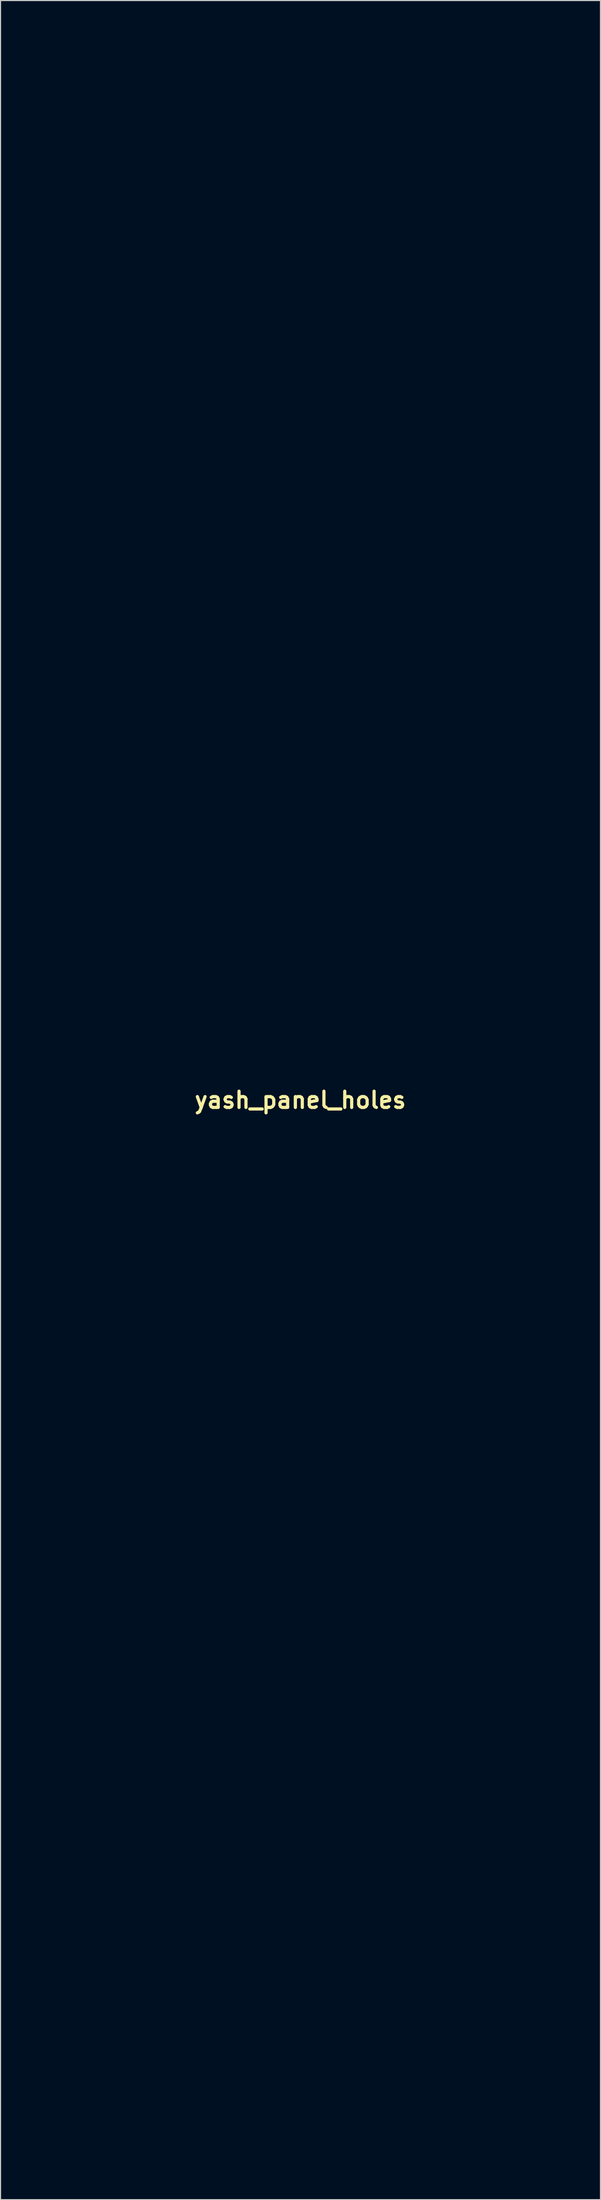
<source format=kicad_pcb>
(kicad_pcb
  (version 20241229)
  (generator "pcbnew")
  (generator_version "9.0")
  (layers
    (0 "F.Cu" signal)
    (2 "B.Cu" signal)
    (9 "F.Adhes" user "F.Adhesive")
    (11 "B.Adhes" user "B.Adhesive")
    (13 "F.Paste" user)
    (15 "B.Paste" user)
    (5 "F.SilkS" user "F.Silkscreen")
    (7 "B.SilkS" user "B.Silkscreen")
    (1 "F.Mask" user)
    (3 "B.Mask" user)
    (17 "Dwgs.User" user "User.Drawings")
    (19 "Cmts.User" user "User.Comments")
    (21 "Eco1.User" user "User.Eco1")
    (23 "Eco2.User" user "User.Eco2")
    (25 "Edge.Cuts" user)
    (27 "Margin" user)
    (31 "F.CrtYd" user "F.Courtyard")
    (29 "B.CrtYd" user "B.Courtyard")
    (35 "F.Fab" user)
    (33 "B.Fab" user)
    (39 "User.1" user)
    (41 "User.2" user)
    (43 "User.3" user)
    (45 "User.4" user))
  (footprint "yash_panel_holes"
    (layer "F.Cu")
    (at 25.196 100.277)
    (property "Reference" "yash_panel_holes" (at 0 0 0) (layer "F.SilkS") (effects (font (size 1.524 1.524) (thickness 0.3))))
    (attr board_only exclude_from_pos_files exclude_from_bom)
    (fp_poly (pts (xy -20.377 95.492) (xy -20.111 95.494) (xy -19.855 95.496) (xy -19.615 95.5) (xy -19.397 95.504) (xy -19.205 95.51) (xy -19.045 95.516) (xy -18.923 95.524) (xy -18.844 95.533) (xy -18.828 95.536) (xy -18.563 95.629) (xy -18.321 95.765) (xy -18.105 95.939) (xy -17.922 96.146) (xy -17.775 96.381) (xy -17.67 96.639) (xy -17.653 96.7) (xy -17.618 96.903) (xy -17.611 97.127) (xy -17.631 97.354) (xy -17.677 97.561) (xy -17.681 97.576) (xy -17.791 97.836) (xy -17.942 98.069) (xy -18.128 98.271) (xy -18.347 98.439) (xy -18.593 98.567) (xy -18.863 98.654) (xy -18.97 98.675) (xy -19.027 98.68) (xy -19.129 98.684) (xy -19.27 98.688) (xy -19.445 98.691) (xy -19.649 98.694) (xy -19.874 98.696) (xy -20.116 98.697) (xy -20.37 98.698) (xy -20.628 98.698) (xy -20.887 98.698) (xy -21.139 98.697) (xy -21.38 98.696) (xy -21.603 98.693) (xy -21.803 98.691) (xy -21.975 98.687) (xy -22.112 98.684) (xy -22.209 98.679) (xy -22.258 98.675) (xy -22.528 98.605) (xy -22.78 98.492) (xy -23.007 98.34) (xy -23.204 98.153) (xy -23.366 97.936) (xy -23.434 97.812) (xy -23.514 97.631) (xy -23.566 97.469) (xy -23.595 97.306) (xy -23.606 97.122) (xy -23.606 97.074) (xy -23.581 96.802) (xy -23.51 96.542) (xy -23.397 96.299) (xy -23.246 96.079) (xy -23.062 95.886) (xy -22.848 95.727) (xy -22.609 95.605) (xy -22.386 95.535) (xy -22.321 95.526) (xy -22.211 95.518) (xy -22.062 95.511) (xy -21.879 95.506) (xy -21.667 95.501) (xy -21.433 95.497) (xy -21.181 95.494) (xy -20.918 95.493) (xy -20.648 95.492)) (stroke (width 0.1) (type solid)) (fill no) (layer "Eco1.User"))
    (fp_poly (pts (xy 0.221 67.611) (xy 0.431 67.633) (xy 0.482 67.643) (xy 0.823 67.736) (xy 1.141 67.872) (xy 1.434 68.046) (xy 1.697 68.255) (xy 1.929 68.495) (xy 2.126 68.763) (xy 2.286 69.054) (xy 2.405 69.366) (xy 2.482 69.695) (xy 2.513 70.036) (xy 2.509 70.236) (xy 2.464 70.594) (xy 2.372 70.93) (xy 2.235 71.246) (xy 2.05 71.543) (xy 1.818 71.822) (xy 1.811 71.831) (xy 1.547 72.072) (xy 1.26 72.269) (xy 0.95 72.42) (xy 0.616 72.526) (xy 0.26 72.587) (xy 0.24 72.589) (xy 0.132 72.599) (xy 0.045 72.607) (xy -0.011 72.611) (xy -0.025 72.611) (xy -0.055 72.607) (xy -0.122 72.6) (xy -0.215 72.591) (xy -0.247 72.588) (xy -0.585 72.53) (xy -0.912 72.424) (xy -1.222 72.273) (xy -1.51 72.08) (xy -1.77 71.847) (xy -1.782 71.834) (xy -1.916 71.689) (xy -2.021 71.559) (xy -2.109 71.427) (xy -2.192 71.279) (xy -2.252 71.156) (xy -2.379 70.832) (xy -2.457 70.503) (xy -2.487 70.2) (xy -0.992 70.2) (xy -0.127 70.2) (xy -0.127 71.089) (xy 0.153 71.089) (xy 0.153 70.2) (xy 1.017 70.2) (xy 1.017 69.945) (xy 0.153 69.945) (xy 0.153 69.106) (xy -0.127 69.106) (xy -0.127 69.945) (xy -0.992 69.945) (xy -0.992 70.2) (xy -2.487 70.2) (xy -2.49 70.173) (xy -2.477 69.846) (xy -2.422 69.526) (xy -2.326 69.216) (xy -2.191 68.922) (xy -2.019 68.646) (xy -1.81 68.393) (xy -1.569 68.167) (xy -1.295 67.972) (xy -0.991 67.811) (xy -0.674 67.694) (xy -0.478 67.649) (xy -0.251 67.62) (xy -0.012 67.607)) (stroke (width 0.1) (type solid)) (fill no) (layer "Eco1.User"))
    (fp_poly (pts (xy 21.003 95.497) (xy 21.336 95.498) (xy 21.62 95.5) (xy 21.858 95.503) (xy 22.05 95.507) (xy 22.198 95.512) (xy 22.303 95.517) (xy 22.367 95.524) (xy 22.376 95.525) (xy 22.627 95.603) (xy 22.865 95.726) (xy 23.084 95.888) (xy 23.275 96.084) (xy 23.402 96.261) (xy 23.526 96.507) (xy 23.602 96.771) (xy 23.63 97.051) (xy 23.63 97.062) (xy 23.625 97.255) (xy 23.603 97.42) (xy 23.56 97.577) (xy 23.49 97.747) (xy 23.46 97.812) (xy 23.322 98.039) (xy 23.143 98.242) (xy 22.929 98.415) (xy 22.686 98.554) (xy 22.451 98.644) (xy 22.417 98.652) (xy 22.376 98.66) (xy 22.323 98.666) (xy 22.255 98.672) (xy 22.167 98.676) (xy 22.056 98.68) (xy 21.918 98.683) (xy 21.748 98.685) (xy 21.542 98.687) (xy 21.297 98.689) (xy 21.009 98.69) (xy 20.709 98.691) (xy 20.424 98.692) (xy 20.151 98.692) (xy 19.895 98.691) (xy 19.66 98.69) (xy 19.452 98.688) (xy 19.275 98.685) (xy 19.133 98.682) (xy 19.033 98.678) (xy 18.977 98.674) (xy 18.974 98.674) (xy 18.703 98.602) (xy 18.451 98.487) (xy 18.224 98.331) (xy 18.026 98.139) (xy 17.863 97.916) (xy 17.739 97.666) (xy 17.707 97.576) (xy 17.659 97.37) (xy 17.637 97.144) (xy 17.642 96.919) (xy 17.675 96.714) (xy 17.678 96.7) (xy 17.772 96.439) (xy 17.909 96.198) (xy 18.084 95.984) (xy 18.291 95.803) (xy 18.522 95.662) (xy 18.588 95.63) (xy 18.647 95.602) (xy 18.705 95.579) (xy 18.764 95.559) (xy 18.83 95.543) (xy 18.906 95.53) (xy 18.997 95.519) (xy 19.107 95.511) (xy 19.24 95.506) (xy 19.4 95.502) (xy 19.592 95.499) (xy 19.819 95.498) (xy 20.086 95.497) (xy 20.397 95.497) (xy 20.621 95.497)) (stroke (width 0.1) (type solid)) (fill no) (layer "Eco1.User"))
    (fp_poly (pts (xy 0.025 -63.548) (xy 0.304 -63.541) (xy 0.55 -63.518) (xy 0.781 -63.476) (xy 1.014 -63.414) (xy 1.187 -63.357) (xy 1.566 -63.197) (xy 1.921 -62.994) (xy 2.248 -62.752) (xy 2.544 -62.473) (xy 2.807 -62.161) (xy 3.035 -61.82) (xy 3.223 -61.451) (xy 3.37 -61.059) (xy 3.446 -60.777) (xy 3.469 -60.639) (xy 3.486 -60.465) (xy 3.498 -60.267) (xy 3.503 -60.061) (xy 3.501 -59.86) (xy 3.492 -59.678) (xy 3.475 -59.529) (xy 3.474 -59.521) (xy 3.381 -59.107) (xy 3.243 -58.713) (xy 3.063 -58.341) (xy 2.842 -57.996) (xy 2.583 -57.68) (xy 2.289 -57.396) (xy 1.962 -57.147) (xy 1.604 -56.936) (xy 1.343 -56.816) (xy 1.028 -56.705) (xy 0.691 -56.623) (xy 0.346 -56.57) (xy 0.008 -56.551) (xy -0.28 -56.563) (xy -0.704 -56.629) (xy -1.11 -56.742) (xy -1.496 -56.898) (xy -1.858 -57.097) (xy -2.193 -57.337) (xy -2.498 -57.615) (xy -2.771 -57.931) (xy -2.892 -58.1) (xy -3.083 -58.416) (xy -3.236 -58.745) (xy -3.357 -59.101) (xy -3.398 -59.252) (xy -3.438 -59.461) (xy -3.466 -59.703) (xy -3.478 -59.928) (xy -2.492 -59.928) (xy -0.127 -59.928) (xy -0.127 -57.563) (xy 0.153 -57.563) (xy 0.153 -59.928) (xy 2.517 -59.928) (xy 2.517 -60.182) (xy 0.153 -60.182) (xy 0.153 -62.547) (xy -0.127 -62.547) (xy -0.127 -60.182) (xy -2.492 -60.182) (xy -2.492 -59.928) (xy -3.478 -59.928) (xy -3.48 -59.961) (xy -3.481 -60.219) (xy -3.466 -60.461) (xy -3.446 -60.617) (xy -3.353 -61.021) (xy -3.216 -61.408) (xy -3.035 -61.774) (xy -2.816 -62.115) (xy -2.56 -62.428) (xy -2.27 -62.709) (xy -1.95 -62.956) (xy -1.602 -63.165) (xy -1.229 -63.332) (xy -1.052 -63.394) (xy -0.838 -63.456) (xy -0.64 -63.5) (xy -0.443 -63.529) (xy -0.229 -63.544) (xy 0.017 -63.548)) (stroke (width 0.1) (type solid)) (fill no) (layer "Eco1.User"))
    (fp_poly (pts (xy 0.264 21.54) (xy 0.675 21.608) (xy 0.742 21.623) (xy 1.131 21.745) (xy 1.503 21.912) (xy 1.854 22.121) (xy 2.179 22.369) (xy 2.474 22.652) (xy 2.734 22.967) (xy 2.956 23.31) (xy 3.034 23.457) (xy 3.12 23.649) (xy 3.204 23.871) (xy 3.277 24.103) (xy 3.335 24.322) (xy 3.345 24.37) (xy 3.37 24.537) (xy 3.386 24.739) (xy 3.394 24.96) (xy 3.392 25.185) (xy 3.381 25.398) (xy 3.361 25.584) (xy 3.348 25.661) (xy 3.24 26.076) (xy 3.089 26.469) (xy 2.895 26.837) (xy 2.662 27.176) (xy 2.392 27.485) (xy 2.086 27.76) (xy 1.747 27.999) (xy 1.411 28.183) (xy 1.112 28.312) (xy 0.82 28.406) (xy 0.521 28.469) (xy 0.2 28.505) (xy 0 28.514) (xy -0.151 28.516) (xy -0.298 28.515) (xy -0.427 28.512) (xy -0.523 28.505) (xy -0.548 28.503) (xy -0.966 28.418) (xy -1.365 28.289) (xy -1.742 28.115) (xy -2.094 27.901) (xy -2.417 27.648) (xy -2.709 27.358) (xy -2.966 27.033) (xy -3.187 26.675) (xy -3.235 26.582) (xy -3.398 26.202) (xy -3.513 25.808) (xy -3.581 25.407) (xy -3.595 25.146) (xy -2.593 25.146) (xy -0.229 25.146) (xy -0.229 27.536) (xy 0.025 27.536) (xy 0.032 26.347) (xy 0.038 25.158) (xy 1.214 25.152) (xy 2.39 25.145) (xy 2.39 24.891) (xy 0.025 24.891) (xy 0.025 22.527) (xy -0.229 22.527) (xy -0.229 24.891) (xy -2.593 24.891) (xy -2.593 25.146) (xy -3.595 25.146) (xy -3.603 25.001) (xy -3.577 24.596) (xy -3.505 24.197) (xy -3.386 23.807) (xy -3.221 23.433) (xy -3.15 23.302) (xy -2.92 22.95) (xy -2.656 22.633) (xy -2.361 22.352) (xy -2.039 22.109) (xy -1.693 21.906) (xy -1.327 21.744) (xy -0.945 21.625) (xy -0.55 21.55) (xy -0.146 21.521)) (stroke (width 0.1) (type solid)) (fill no) (layer "Eco1.User"))
    (fp_poly (pts (xy 20.367 -98.697) (xy 20.707 -98.695) (xy 20.749 -98.695) (xy 21.08 -98.693) (xy 21.365 -98.691) (xy 21.608 -98.689) (xy 21.812 -98.686) (xy 21.984 -98.682) (xy 22.126 -98.677) (xy 22.243 -98.669) (xy 22.34 -98.66) (xy 22.421 -98.647) (xy 22.49 -98.631) (xy 22.552 -98.612) (xy 22.61 -98.589) (xy 22.67 -98.562) (xy 22.736 -98.529) (xy 22.781 -98.507) (xy 22.982 -98.383) (xy 23.169 -98.218) (xy 23.332 -98.025) (xy 23.458 -97.815) (xy 23.46 -97.812) (xy 23.539 -97.633) (xy 23.591 -97.473) (xy 23.62 -97.313) (xy 23.63 -97.131) (xy 23.63 -97.062) (xy 23.604 -96.779) (xy 23.531 -96.515) (xy 23.41 -96.271) (xy 23.243 -96.045) (xy 23.051 -95.857) (xy 22.922 -95.764) (xy 22.764 -95.675) (xy 22.594 -95.597) (xy 22.433 -95.541) (xy 22.362 -95.524) (xy 22.309 -95.519) (xy 22.21 -95.514) (xy 22.072 -95.509) (xy 21.9 -95.505) (xy 21.7 -95.501) (xy 21.477 -95.497) (xy 21.236 -95.494) (xy 20.984 -95.492) (xy 20.726 -95.49) (xy 20.468 -95.488) (xy 20.215 -95.488) (xy 19.972 -95.488) (xy 19.746 -95.488) (xy 19.543 -95.49) (xy 19.366 -95.492) (xy 19.224 -95.495) (xy 19.12 -95.499) (xy 19.078 -95.501) (xy 18.81 -95.55) (xy 18.557 -95.644) (xy 18.324 -95.78) (xy 18.116 -95.952) (xy 17.938 -96.157) (xy 17.796 -96.39) (xy 17.693 -96.647) (xy 17.678 -96.7) (xy 17.644 -96.903) (xy 17.637 -97.127) (xy 17.656 -97.354) (xy 17.702 -97.561) (xy 17.707 -97.576) (xy 17.814 -97.828) (xy 17.962 -98.059) (xy 18.145 -98.262) (xy 18.359 -98.431) (xy 18.595 -98.561) (xy 18.693 -98.6) (xy 18.756 -98.62) (xy 18.818 -98.638) (xy 18.884 -98.653) (xy 18.959 -98.666) (xy 19.047 -98.676) (xy 19.151 -98.684) (xy 19.277 -98.69) (xy 19.428 -98.694) (xy 19.608 -98.697) (xy 19.822 -98.698) (xy 20.074 -98.698)) (stroke (width 0.1) (type solid)) (fill no) (layer "Eco1.User"))
    (fp_poly (pts (xy -19.605 -98.697) (xy -19.421 -98.694) (xy -19.267 -98.69) (xy -19.139 -98.685) (xy -19.032 -98.677) (xy -18.943 -98.667) (xy -18.867 -98.655) (xy -18.8 -98.64) (xy -18.737 -98.622) (xy -18.675 -98.602) (xy -18.668 -98.6) (xy -18.424 -98.487) (xy -18.2 -98.333) (xy -18.004 -98.142) (xy -17.842 -97.921) (xy -17.718 -97.677) (xy -17.681 -97.576) (xy -17.633 -97.366) (xy -17.611 -97.136) (xy -17.618 -96.906) (xy -17.654 -96.697) (xy -17.654 -96.696) (xy -17.738 -96.465) (xy -17.862 -96.242) (xy -18.018 -96.036) (xy -18.2 -95.857) (xy -18.398 -95.714) (xy -18.484 -95.667) (xy -18.555 -95.633) (xy -18.618 -95.604) (xy -18.68 -95.579) (xy -18.743 -95.559) (xy -18.813 -95.542) (xy -18.894 -95.528) (xy -18.99 -95.518) (xy -19.106 -95.509) (xy -19.246 -95.503) (xy -19.415 -95.499) (xy -19.617 -95.496) (xy -19.856 -95.494) (xy -20.136 -95.492) (xy -20.463 -95.491) (xy -20.483 -95.491) (xy -20.758 -95.49) (xy -21.019 -95.489) (xy -21.263 -95.489) (xy -21.485 -95.489) (xy -21.679 -95.489) (xy -21.84 -95.489) (xy -21.965 -95.49) (xy -22.048 -95.491) (xy -22.082 -95.492) (xy -22.37 -95.533) (xy -22.638 -95.622) (xy -22.885 -95.756) (xy -23.111 -95.938) (xy -23.161 -95.986) (xy -23.34 -96.204) (xy -23.474 -96.443) (xy -23.562 -96.703) (xy -23.602 -96.98) (xy -23.605 -97.062) (xy -23.6 -97.255) (xy -23.578 -97.42) (xy -23.534 -97.577) (xy -23.465 -97.747) (xy -23.434 -97.812) (xy -23.296 -98.039) (xy -23.118 -98.242) (xy -22.904 -98.415) (xy -22.661 -98.553) (xy -22.425 -98.644) (xy -22.391 -98.653) (xy -22.349 -98.66) (xy -22.294 -98.667) (xy -22.224 -98.672) (xy -22.133 -98.677) (xy -22.018 -98.681) (xy -21.875 -98.684) (xy -21.7 -98.687) (xy -21.488 -98.689) (xy -21.236 -98.692) (xy -20.94 -98.694) (xy -20.724 -98.695) (xy -20.378 -98.697) (xy -20.08 -98.698) (xy -19.823 -98.698)) (stroke (width 0.1) (type solid)) (fill no) (layer "Eco1.User"))
    (fp_poly (pts (xy 13.024 70.097) (xy 13.512 70.169) (xy 13.984 70.286) (xy 14.437 70.447) (xy 14.868 70.648) (xy 15.277 70.889) (xy 15.659 71.167) (xy 16.013 71.48) (xy 16.337 71.826) (xy 16.627 72.203) (xy 16.882 72.608) (xy 17.098 73.041) (xy 17.275 73.497) (xy 17.408 73.977) (xy 17.48 74.358) (xy 17.503 74.56) (xy 17.517 74.796) (xy 17.522 75.05) (xy 17.518 75.305) (xy 17.506 75.545) (xy 17.484 75.755) (xy 17.481 75.78) (xy 17.383 76.274) (xy 17.239 76.749) (xy 17.053 77.202) (xy 16.825 77.631) (xy 16.558 78.033) (xy 16.254 78.407) (xy 15.917 78.75) (xy 15.547 79.059) (xy 15.148 79.332) (xy 14.721 79.566) (xy 14.269 79.76) (xy 13.795 79.911) (xy 13.507 79.978) (xy 13.177 80.03) (xy 12.817 80.061) (xy 12.445 80.069) (xy 12.217 80.062) (xy 11.738 80.012) (xy 11.265 79.913) (xy 10.801 79.767) (xy 10.351 79.575) (xy 9.919 79.34) (xy 9.51 79.063) (xy 9.211 78.82) (xy 8.861 78.48) (xy 8.547 78.106) (xy 8.27 77.702) (xy 8.034 77.271) (xy 7.839 76.818) (xy 7.689 76.347) (xy 7.584 75.861) (xy 7.55 75.616) (xy 7.535 75.423) (xy 7.529 75.208) (xy 10.015 75.208) (xy 12.382 75.208) (xy 12.382 77.573) (xy 12.662 77.573) (xy 12.662 75.208) (xy 15.026 75.208) (xy 15.026 74.929) (xy 12.662 74.929) (xy 12.662 72.562) (xy 12.528 72.569) (xy 12.395 72.577) (xy 12.388 73.753) (xy 12.382 74.928) (xy 10.03 74.941) (xy 10.023 75.075) (xy 10.015 75.208) (xy 7.529 75.208) (xy 7.529 75.196) (xy 7.532 74.951) (xy 7.542 74.703) (xy 7.56 74.468) (xy 7.585 74.261) (xy 7.599 74.179) (xy 7.716 73.689) (xy 7.877 73.221) (xy 8.08 72.777) (xy 8.321 72.359) (xy 8.599 71.97) (xy 8.911 71.611) (xy 9.255 71.284) (xy 9.627 70.991) (xy 10.027 70.735) (xy 10.45 70.518) (xy 10.895 70.341) (xy 11.359 70.207) (xy 11.84 70.118) (xy 12.336 70.076) (xy 12.522 70.072)) (stroke (width 0.1) (type solid)) (fill no) (layer "Eco1.User"))
    (fp_poly (pts (xy -12.171 70.08) (xy -11.705 70.131) (xy -11.245 70.227) (xy -10.794 70.366) (xy -10.356 70.548) (xy -9.935 70.773) (xy -9.532 71.042) (xy -9.152 71.353) (xy -8.944 71.552) (xy -8.67 71.852) (xy -8.431 72.158) (xy -8.218 72.486) (xy -8.022 72.849) (xy -7.993 72.907) (xy -7.814 73.32) (xy -7.676 73.738) (xy -7.577 74.174) (xy -7.524 74.533) (xy -7.509 74.715) (xy -7.503 74.933) (xy -7.506 75.171) (xy -7.516 75.413) (xy -7.533 75.645) (xy -7.556 75.851) (xy -7.574 75.959) (xy -7.69 76.449) (xy -7.852 76.918) (xy -8.055 77.364) (xy -8.298 77.785) (xy -8.579 78.177) (xy -8.895 78.539) (xy -9.243 78.869) (xy -9.622 79.164) (xy -10.028 79.422) (xy -10.46 79.641) (xy -10.915 79.818) (xy -11.391 79.951) (xy -11.8 80.026) (xy -11.959 80.043) (xy -12.154 80.054) (xy -12.37 80.06) (xy -12.594 80.061) (xy -12.814 80.056) (xy -13.015 80.046) (xy -13.185 80.031) (xy -13.242 80.023) (xy -13.731 79.923) (xy -14.202 79.777) (xy -14.652 79.587) (xy -15.08 79.356) (xy -15.482 79.087) (xy -15.855 78.781) (xy -16.197 78.441) (xy -16.506 78.07) (xy -16.777 77.669) (xy -17.01 77.242) (xy -17.201 76.79) (xy -17.316 76.434) (xy -17.426 75.949) (xy -17.488 75.46) (xy -17.495 75.208) (xy -15.001 75.208) (xy -12.636 75.208) (xy -12.636 77.573) (xy -12.357 77.573) (xy -12.357 75.208) (xy -9.99 75.208) (xy -9.997 75.075) (xy -10.005 74.941) (xy -12.356 74.928) (xy -12.363 73.753) (xy -12.369 72.577) (xy -12.503 72.569) (xy -12.636 72.562) (xy -12.636 74.929) (xy -15.001 74.929) (xy -15.001 75.208) (xy -17.495 75.208) (xy -17.502 74.972) (xy -17.468 74.488) (xy -17.389 74.012) (xy -17.265 73.546) (xy -17.097 73.095) (xy -16.886 72.662) (xy -16.633 72.249) (xy -16.34 71.861) (xy -16.007 71.501) (xy -15.729 71.25) (xy -15.332 70.948) (xy -14.914 70.691) (xy -14.48 70.478) (xy -14.032 70.31) (xy -13.574 70.187) (xy -13.108 70.107) (xy -12.64 70.071)) (stroke (width 0.1) (type solid)) (fill no) (layer "Eco1.User"))
    (fp_poly (pts (xy -12.353 45.056) (xy -12.123 45.064) (xy -11.917 45.079) (xy -11.8 45.092) (xy -11.302 45.188) (xy -10.824 45.331) (xy -10.365 45.52) (xy -9.928 45.755) (xy -9.514 46.035) (xy -9.125 46.359) (xy -8.962 46.515) (xy -8.621 46.891) (xy -8.324 47.293) (xy -8.07 47.722) (xy -7.86 48.175) (xy -7.695 48.651) (xy -7.576 49.148) (xy -7.574 49.159) (xy -7.546 49.348) (xy -7.525 49.572) (xy -7.51 49.815) (xy -7.504 50.062) (xy -7.506 50.296) (xy -7.517 50.504) (xy -7.523 50.567) (xy -7.603 51.069) (xy -7.73 51.555) (xy -7.904 52.023) (xy -8.122 52.469) (xy -8.385 52.892) (xy -8.69 53.288) (xy -8.945 53.566) (xy -9.315 53.904) (xy -9.714 54.202) (xy -10.139 54.458) (xy -10.585 54.671) (xy -11.05 54.838) (xy -11.531 54.957) (xy -11.837 55.008) (xy -12.037 55.027) (xy -12.269 55.039) (xy -12.516 55.042) (xy -12.762 55.038) (xy -12.99 55.026) (xy -13.178 55.007) (xy -13.666 54.916) (xy -14.135 54.779) (xy -14.583 54.598) (xy -15.008 54.378) (xy -15.409 54.119) (xy -15.781 53.824) (xy -16.123 53.496) (xy -16.434 53.138) (xy -16.709 52.751) (xy -16.947 52.339) (xy -17.146 51.904) (xy -17.303 51.448) (xy -17.416 50.975) (xy -17.483 50.485) (xy -17.49 50.389) (xy -17.494 50.19) (xy -15.001 50.19) (xy -12.636 50.19) (xy -12.636 52.557) (xy -12.503 52.549) (xy -12.369 52.542) (xy -12.356 50.19) (xy -10.005 50.177) (xy -9.997 50.044) (xy -9.99 49.91) (xy -12.357 49.91) (xy -12.357 47.546) (xy -12.636 47.546) (xy -12.636 49.91) (xy -15.001 49.91) (xy -15.001 50.19) (xy -17.494 50.19) (xy -17.499 49.888) (xy -17.459 49.397) (xy -17.374 48.92) (xy -17.244 48.459) (xy -17.072 48.015) (xy -16.86 47.593) (xy -16.61 47.194) (xy -16.325 46.821) (xy -16.005 46.476) (xy -15.653 46.161) (xy -15.271 45.881) (xy -14.862 45.636) (xy -14.427 45.429) (xy -13.967 45.263) (xy -13.486 45.141) (xy -13.217 45.094) (xy -13.039 45.074) (xy -12.826 45.061) (xy -12.592 45.055)) (stroke (width 0.1) (type solid)) (fill no) (layer "Eco1.User"))
    (fp_poly (pts (xy 0.147 -13.501) (xy 0.394 -13.488) (xy 0.601 -13.462) (xy 1.002 -13.37) (xy 1.384 -13.233) (xy 1.745 -13.053) (xy 2.082 -12.833) (xy 2.391 -12.576) (xy 2.67 -12.286) (xy 2.915 -11.964) (xy 3.123 -11.615) (xy 3.292 -11.241) (xy 3.418 -10.844) (xy 3.445 -10.73) (xy 3.472 -10.568) (xy 3.491 -10.372) (xy 3.502 -10.155) (xy 3.504 -9.933) (xy 3.498 -9.721) (xy 3.483 -9.534) (xy 3.471 -9.454) (xy 3.382 -9.061) (xy 3.248 -8.675) (xy 3.073 -8.309) (xy 2.892 -8.015) (xy 2.753 -7.832) (xy 2.584 -7.639) (xy 2.398 -7.452) (xy 2.211 -7.284) (xy 2.112 -7.206) (xy 1.954 -7.097) (xy 1.763 -6.985) (xy 1.556 -6.875) (xy 1.346 -6.777) (xy 1.148 -6.696) (xy 1.004 -6.648) (xy 0.663 -6.57) (xy 0.303 -6.524) (xy -0.059 -6.511) (xy -0.408 -6.531) (xy -0.534 -6.548) (xy -0.862 -6.62) (xy -1.199 -6.729) (xy -1.529 -6.871) (xy -1.838 -7.038) (xy -2.087 -7.206) (xy -2.405 -7.477) (xy -2.688 -7.783) (xy -2.932 -8.119) (xy -3.135 -8.482) (xy -3.295 -8.866) (xy -3.41 -9.269) (xy -3.446 -9.454) (xy -3.466 -9.624) (xy -3.477 -9.825) (xy -3.477 -9.89) (xy -2.492 -9.89) (xy -0.127 -9.89) (xy -0.127 -8.712) (xy -0.127 -8.472) (xy -0.126 -8.248) (xy -0.124 -8.044) (xy -0.122 -7.867) (xy -0.119 -7.72) (xy -0.116 -7.609) (xy -0.112 -7.539) (xy -0.109 -7.516) (xy -0.075 -7.507) (xy -0.009 -7.504) (xy 0.024 -7.506) (xy 0.14 -7.513) (xy 0.146 -8.702) (xy 0.153 -9.89) (xy 2.517 -9.89) (xy 2.517 -10.145) (xy 0.153 -10.145) (xy 0.153 -12.509) (xy -0.127 -12.509) (xy -0.127 -10.145) (xy -2.492 -10.145) (xy -2.492 -9.89) (xy -3.477 -9.89) (xy -3.478 -10.044) (xy -3.472 -10.265) (xy -3.457 -10.474) (xy -3.434 -10.654) (xy -3.42 -10.73) (xy -3.305 -11.135) (xy -3.148 -11.518) (xy -2.949 -11.876) (xy -2.713 -12.206) (xy -2.443 -12.506) (xy -2.14 -12.772) (xy -1.808 -13.001) (xy -1.45 -13.192) (xy -1.069 -13.341) (xy -0.668 -13.445) (xy -0.575 -13.462) (xy -0.358 -13.488) (xy -0.11 -13.502)) (stroke (width 0.1) (type solid)) (fill no) (layer "Eco1.User"))
    (fp_poly (pts (xy 12.854 45.064) (xy 13.116 45.083) (xy 13.354 45.111) (xy 13.518 45.14) (xy 13.937 45.246) (xy 14.329 45.38) (xy 14.709 45.547) (xy 15.154 45.794) (xy 15.568 46.078) (xy 15.947 46.398) (xy 16.29 46.751) (xy 16.595 47.135) (xy 16.861 47.547) (xy 17.085 47.985) (xy 17.267 48.446) (xy 17.404 48.929) (xy 17.481 49.338) (xy 17.503 49.542) (xy 17.517 49.78) (xy 17.522 50.034) (xy 17.518 50.289) (xy 17.505 50.528) (xy 17.484 50.736) (xy 17.48 50.761) (xy 17.381 51.256) (xy 17.236 51.73) (xy 17.049 52.183) (xy 16.822 52.611) (xy 16.556 53.012) (xy 16.254 53.385) (xy 15.919 53.726) (xy 15.553 54.033) (xy 15.158 54.304) (xy 14.736 54.537) (xy 14.29 54.73) (xy 13.822 54.88) (xy 13.335 54.985) (xy 13.175 55.008) (xy 12.934 55.031) (xy 12.663 55.042) (xy 12.381 55.041) (xy 12.106 55.029) (xy 11.856 55.005) (xy 11.785 54.995) (xy 11.284 54.893) (xy 10.804 54.745) (xy 10.345 54.551) (xy 9.91 54.313) (xy 9.499 54.032) (xy 9.116 53.707) (xy 9.005 53.6) (xy 8.727 53.303) (xy 8.485 53) (xy 8.27 52.677) (xy 8.073 52.321) (xy 8.018 52.211) (xy 7.829 51.773) (xy 7.687 51.332) (xy 7.59 50.882) (xy 7.538 50.415) (xy 7.526 50.046) (xy 7.532 49.91) (xy 10.015 49.91) (xy 10.023 50.044) (xy 10.03 50.177) (xy 11.206 50.184) (xy 12.382 50.19) (xy 12.382 51.355) (xy 12.383 51.594) (xy 12.384 51.817) (xy 12.385 52.019) (xy 12.387 52.195) (xy 12.39 52.34) (xy 12.393 52.449) (xy 12.396 52.516) (xy 12.399 52.537) (xy 12.433 52.547) (xy 12.498 52.553) (xy 12.539 52.554) (xy 12.662 52.554) (xy 12.662 50.19) (xy 15.026 50.19) (xy 15.026 49.91) (xy 12.662 49.91) (xy 12.662 47.546) (xy 12.382 47.546) (xy 12.382 49.91) (xy 10.015 49.91) (xy 7.532 49.91) (xy 7.55 49.537) (xy 7.623 49.044) (xy 7.744 48.566) (xy 7.914 48.103) (xy 8.133 47.654) (xy 8.364 47.274) (xy 8.663 46.869) (xy 8.997 46.5) (xy 9.364 46.169) (xy 9.761 45.877) (xy 10.185 45.626) (xy 10.634 45.417) (xy 11.107 45.252) (xy 11.6 45.132) (xy 11.848 45.09) (xy 12.064 45.068) (xy 12.313 45.056) (xy 12.581 45.055)) (stroke (width 0.1) (type solid)) (fill no) (layer "Eco1.User"))
    (fp_poly (pts (xy 25.171 100.227) (xy -25.146 100.227) (xy -25.146 47.954) (xy -24.887 47.954) (xy -24.887 49.803) (xy -24.887 51.627) (xy -24.887 53.426) (xy -24.887 55.2) (xy -24.887 56.948) (xy -24.887 58.67) (xy -24.887 60.364) (xy -24.887 62.031) (xy -24.887 63.67) (xy -24.887 65.28) (xy -24.886 66.861) (xy -24.886 68.412) (xy -24.886 69.932) (xy -24.886 71.422) (xy -24.886 72.881) (xy -24.886 74.308) (xy -24.886 75.702) (xy -24.886 77.063) (xy -24.886 78.391) (xy -24.886 79.684) (xy -24.886 80.943) (xy -24.885 82.167) (xy -24.885 83.355) (xy -24.885 84.507) (xy -24.885 85.622) (xy -24.885 86.699) (xy -24.885 87.739) (xy -24.885 88.74) (xy -24.884 89.702) (xy -24.884 90.625) (xy -24.884 91.507) (xy -24.884 92.349) (xy -24.884 93.15) (xy -24.883 93.909) (xy -24.883 94.626) (xy -24.883 95.3) (xy -24.883 95.931) (xy -24.883 96.518) (xy -24.882 97.06) (xy -24.882 97.558) (xy -24.882 98.01) (xy -24.882 98.416) (xy -24.881 98.775) (xy -24.881 99.087) (xy -24.881 99.352) (xy -24.881 99.568) (xy -24.88 99.736) (xy -24.88 99.854) (xy -24.88 99.922) (xy -24.88 99.941) (xy -24.87 99.943) (xy -24.843 99.945) (xy -24.797 99.946) (xy -24.732 99.948) (xy -24.647 99.949) (xy -24.54 99.951) (xy -24.412 99.952) (xy -24.261 99.953) (xy -24.087 99.955) (xy -23.888 99.956) (xy -23.664 99.957) (xy -23.415 99.958) (xy -23.138 99.959) (xy -22.835 99.96) (xy -22.502 99.961) (xy -22.141 99.962) (xy -21.75 99.963) (xy -21.328 99.963) (xy -20.875 99.964) (xy -20.389 99.965) (xy -19.87 99.965) (xy -19.317 99.966) (xy -18.73 99.966) (xy -18.106 99.967) (xy -17.447 99.967) (xy -16.75 99.967) (xy -16.015 99.968) (xy -15.242 99.968) (xy -14.429 99.968) (xy -13.575 99.968) (xy -12.68 99.968) (xy -11.743 99.968) (xy -10.764 99.968) (xy -9.741 99.968) (xy -8.673 99.968) (xy -7.56 99.968) (xy -6.401 99.968) (xy -5.195 99.968) (xy -3.941 99.967) (xy -2.639 99.967) (xy -1.288 99.967) (xy 0.018 99.966) (xy 24.904 99.96) (xy 24.904 -99.96) (xy -24.879 -99.96) (xy -24.885 -0.025) (xy -24.885 2.233) (xy -24.886 4.479) (xy -24.886 6.713) (xy -24.886 8.933) (xy -24.886 11.141) (xy -24.886 13.334) (xy -24.886 15.513) (xy -24.886 17.677) (xy -24.886 19.825) (xy -24.886 21.957) (xy -24.886 24.072) (xy -24.887 26.17) (xy -24.887 28.251) (xy -24.887 30.312) (xy -24.887 32.355) (xy -24.887 34.379) (xy -24.887 36.383) (xy -24.887 38.366) (xy -24.887 40.328) (xy -24.887 42.268) (xy -24.887 44.186) (xy -24.887 46.082) (xy -24.887 47.954) (xy -25.146 47.954) (xy -25.146 -100.227) (xy 25.171 -100.227)) (stroke (width 0.1) (type solid)) (fill no) (layer "Eco1.User")))
  (gr_rect
    (start -3 -3)
    (end 53.417 203.554)
    (stroke (width 0.1) (type default))
    (fill no)
    (layer "Edge.Cuts")))
</source>
